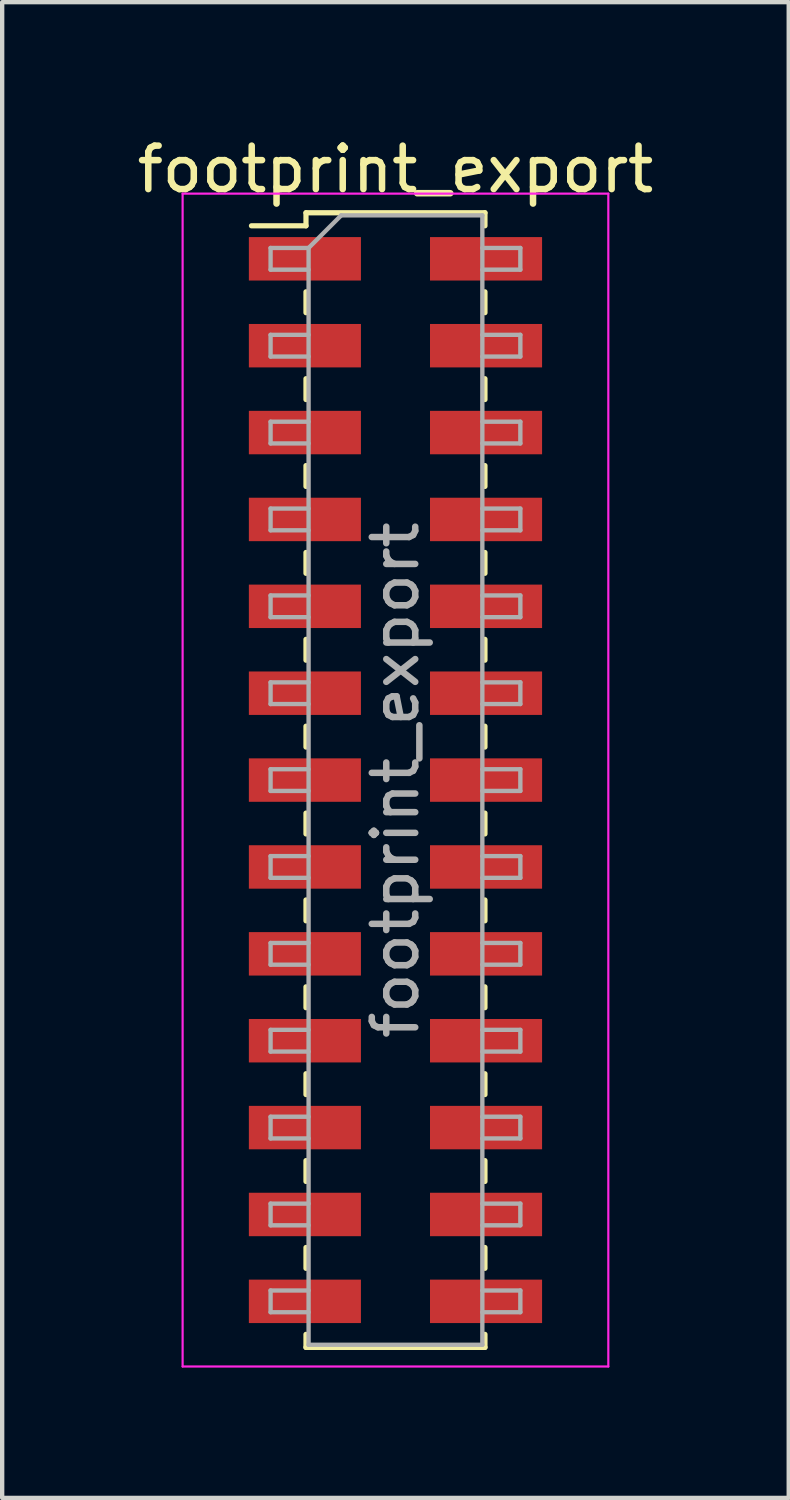
<source format=kicad_pcb>
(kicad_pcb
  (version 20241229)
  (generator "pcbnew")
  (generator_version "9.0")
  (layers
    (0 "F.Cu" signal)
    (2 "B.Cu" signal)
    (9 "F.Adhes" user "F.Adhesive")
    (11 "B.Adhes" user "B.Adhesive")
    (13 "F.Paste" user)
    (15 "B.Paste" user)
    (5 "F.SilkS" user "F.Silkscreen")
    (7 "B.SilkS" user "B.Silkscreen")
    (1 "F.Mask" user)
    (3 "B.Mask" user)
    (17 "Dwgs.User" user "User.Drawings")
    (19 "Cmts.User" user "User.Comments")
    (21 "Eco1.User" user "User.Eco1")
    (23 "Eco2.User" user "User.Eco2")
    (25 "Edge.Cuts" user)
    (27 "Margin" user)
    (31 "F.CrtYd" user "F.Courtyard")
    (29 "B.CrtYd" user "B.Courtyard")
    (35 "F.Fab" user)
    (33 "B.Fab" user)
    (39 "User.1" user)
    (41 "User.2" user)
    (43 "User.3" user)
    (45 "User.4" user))
  (footprint "footprint_export"
    (layer "F.Cu")
    (at 6.054 14.908)
    (property "Reference" "footprint_export" (at 0 -14.06 0) (layer "F.SilkS") (effects (font (size 1 1) (thickness 0.15))))
    (attr smd)
    (fp_line (start -3.315 -12.76) (end -2.06 -12.76) (stroke (width 0.12) (type solid)) (layer "F.SilkS"))
    (fp_line (start -2.06 -13.06) (end -2.06 -12.76) (stroke (width 0.12) (type solid)) (layer "F.SilkS"))
    (fp_line (start -2.06 -13.06) (end 2.06 -13.06) (stroke (width 0.12) (type solid)) (layer "F.SilkS"))
    (fp_line (start -2.06 -11.24) (end -2.06 -10.76) (stroke (width 0.12) (type solid)) (layer "F.SilkS"))
    (fp_line (start -2.06 -9.24) (end -2.06 -8.76) (stroke (width 0.12) (type solid)) (layer "F.SilkS"))
    (fp_line (start -2.06 -7.24) (end -2.06 -6.76) (stroke (width 0.12) (type solid)) (layer "F.SilkS"))
    (fp_line (start -2.06 -5.24) (end -2.06 -4.76) (stroke (width 0.12) (type solid)) (layer "F.SilkS"))
    (fp_line (start -2.06 -3.24) (end -2.06 -2.76) (stroke (width 0.12) (type solid)) (layer "F.SilkS"))
    (fp_line (start -2.06 -1.24) (end -2.06 -0.76) (stroke (width 0.12) (type solid)) (layer "F.SilkS"))
    (fp_line (start -2.06 0.76) (end -2.06 1.24) (stroke (width 0.12) (type solid)) (layer "F.SilkS"))
    (fp_line (start -2.06 2.76) (end -2.06 3.24) (stroke (width 0.12) (type solid)) (layer "F.SilkS"))
    (fp_line (start -2.06 4.76) (end -2.06 5.24) (stroke (width 0.12) (type solid)) (layer "F.SilkS"))
    (fp_line (start -2.06 6.76) (end -2.06 7.24) (stroke (width 0.12) (type solid)) (layer "F.SilkS"))
    (fp_line (start -2.06 8.76) (end -2.06 9.24) (stroke (width 0.12) (type solid)) (layer "F.SilkS"))
    (fp_line (start -2.06 10.76) (end -2.06 11.24) (stroke (width 0.12) (type solid)) (layer "F.SilkS"))
    (fp_line (start -2.06 12.76) (end -2.06 13.06) (stroke (width 0.12) (type solid)) (layer "F.SilkS"))
    (fp_line (start -2.06 13.06) (end 2.06 13.06) (stroke (width 0.12) (type solid)) (layer "F.SilkS"))
    (fp_line (start 2.06 -13.06) (end 2.06 -12.76) (stroke (width 0.12) (type solid)) (layer "F.SilkS"))
    (fp_line (start 2.06 -11.24) (end 2.06 -10.76) (stroke (width 0.12) (type solid)) (layer "F.SilkS"))
    (fp_line (start 2.06 -9.24) (end 2.06 -8.76) (stroke (width 0.12) (type solid)) (layer "F.SilkS"))
    (fp_line (start 2.06 -7.24) (end 2.06 -6.76) (stroke (width 0.12) (type solid)) (layer "F.SilkS"))
    (fp_line (start 2.06 -5.24) (end 2.06 -4.76) (stroke (width 0.12) (type solid)) (layer "F.SilkS"))
    (fp_line (start 2.06 -3.24) (end 2.06 -2.76) (stroke (width 0.12) (type solid)) (layer "F.SilkS"))
    (fp_line (start 2.06 -1.24) (end 2.06 -0.76) (stroke (width 0.12) (type solid)) (layer "F.SilkS"))
    (fp_line (start 2.06 0.76) (end 2.06 1.24) (stroke (width 0.12) (type solid)) (layer "F.SilkS"))
    (fp_line (start 2.06 2.76) (end 2.06 3.24) (stroke (width 0.12) (type solid)) (layer "F.SilkS"))
    (fp_line (start 2.06 4.76) (end 2.06 5.24) (stroke (width 0.12) (type solid)) (layer "F.SilkS"))
    (fp_line (start 2.06 6.76) (end 2.06 7.24) (stroke (width 0.12) (type solid)) (layer "F.SilkS"))
    (fp_line (start 2.06 8.76) (end 2.06 9.24) (stroke (width 0.12) (type solid)) (layer "F.SilkS"))
    (fp_line (start 2.06 10.76) (end 2.06 11.24) (stroke (width 0.12) (type solid)) (layer "F.SilkS"))
    (fp_line (start 2.06 12.76) (end 2.06 13.06) (stroke (width 0.12) (type solid)) (layer "F.SilkS"))
    (fp_line (start -4.9 -13.5) (end -4.9 13.5) (stroke (width 0.05) (type solid)) (layer "F.CrtYd"))
    (fp_line (start -4.9 13.5) (end 4.9 13.5) (stroke (width 0.05) (type solid)) (layer "F.CrtYd"))
    (fp_line (start 4.9 -13.5) (end -4.9 -13.5) (stroke (width 0.05) (type solid)) (layer "F.CrtYd"))
    (fp_line (start 4.9 13.5) (end 4.9 -13.5) (stroke (width 0.05) (type solid)) (layer "F.CrtYd"))
    (fp_line (start -2.875 -12.25) (end -2.875 -11.75) (stroke (width 0.1) (type solid)) (layer "F.Fab"))
    (fp_line (start -2.875 -11.75) (end -2 -11.75) (stroke (width 0.1) (type solid)) (layer "F.Fab"))
    (fp_line (start -2.875 -10.25) (end -2.875 -9.75) (stroke (width 0.1) (type solid)) (layer "F.Fab"))
    (fp_line (start -2.875 -9.75) (end -2 -9.75) (stroke (width 0.1) (type solid)) (layer "F.Fab"))
    (fp_line (start -2.875 -8.25) (end -2.875 -7.75) (stroke (width 0.1) (type solid)) (layer "F.Fab"))
    (fp_line (start -2.875 -7.75) (end -2 -7.75) (stroke (width 0.1) (type solid)) (layer "F.Fab"))
    (fp_line (start -2.875 -6.25) (end -2.875 -5.75) (stroke (width 0.1) (type solid)) (layer "F.Fab"))
    (fp_line (start -2.875 -5.75) (end -2 -5.75) (stroke (width 0.1) (type solid)) (layer "F.Fab"))
    (fp_line (start -2.875 -4.25) (end -2.875 -3.75) (stroke (width 0.1) (type solid)) (layer "F.Fab"))
    (fp_line (start -2.875 -3.75) (end -2 -3.75) (stroke (width 0.1) (type solid)) (layer "F.Fab"))
    (fp_line (start -2.875 -2.25) (end -2.875 -1.75) (stroke (width 0.1) (type solid)) (layer "F.Fab"))
    (fp_line (start -2.875 -1.75) (end -2 -1.75) (stroke (width 0.1) (type solid)) (layer "F.Fab"))
    (fp_line (start -2.875 -0.25) (end -2.875 0.25) (stroke (width 0.1) (type solid)) (layer "F.Fab"))
    (fp_line (start -2.875 0.25) (end -2 0.25) (stroke (width 0.1) (type solid)) (layer "F.Fab"))
    (fp_line (start -2.875 1.75) (end -2.875 2.25) (stroke (width 0.1) (type solid)) (layer "F.Fab"))
    (fp_line (start -2.875 2.25) (end -2 2.25) (stroke (width 0.1) (type solid)) (layer "F.Fab"))
    (fp_line (start -2.875 3.75) (end -2.875 4.25) (stroke (width 0.1) (type solid)) (layer "F.Fab"))
    (fp_line (start -2.875 4.25) (end -2 4.25) (stroke (width 0.1) (type solid)) (layer "F.Fab"))
    (fp_line (start -2.875 5.75) (end -2.875 6.25) (stroke (width 0.1) (type solid)) (layer "F.Fab"))
    (fp_line (start -2.875 6.25) (end -2 6.25) (stroke (width 0.1) (type solid)) (layer "F.Fab"))
    (fp_line (start -2.875 7.75) (end -2.875 8.25) (stroke (width 0.1) (type solid)) (layer "F.Fab"))
    (fp_line (start -2.875 8.25) (end -2 8.25) (stroke (width 0.1) (type solid)) (layer "F.Fab"))
    (fp_line (start -2.875 9.75) (end -2.875 10.25) (stroke (width 0.1) (type solid)) (layer "F.Fab"))
    (fp_line (start -2.875 10.25) (end -2 10.25) (stroke (width 0.1) (type solid)) (layer "F.Fab"))
    (fp_line (start -2.875 11.75) (end -2.875 12.25) (stroke (width 0.1) (type solid)) (layer "F.Fab"))
    (fp_line (start -2.875 12.25) (end -2 12.25) (stroke (width 0.1) (type solid)) (layer "F.Fab"))
    (fp_line (start -2 -12.25) (end -2.875 -12.25) (stroke (width 0.1) (type solid)) (layer "F.Fab"))
    (fp_line (start -2 -12.25) (end -1.25 -13) (stroke (width 0.1) (type solid)) (layer "F.Fab"))
    (fp_line (start -2 -10.25) (end -2.875 -10.25) (stroke (width 0.1) (type solid)) (layer "F.Fab"))
    (fp_line (start -2 -8.25) (end -2.875 -8.25) (stroke (width 0.1) (type solid)) (layer "F.Fab"))
    (fp_line (start -2 -6.25) (end -2.875 -6.25) (stroke (width 0.1) (type solid)) (layer "F.Fab"))
    (fp_line (start -2 -4.25) (end -2.875 -4.25) (stroke (width 0.1) (type solid)) (layer "F.Fab"))
    (fp_line (start -2 -2.25) (end -2.875 -2.25) (stroke (width 0.1) (type solid)) (layer "F.Fab"))
    (fp_line (start -2 -0.25) (end -2.875 -0.25) (stroke (width 0.1) (type solid)) (layer "F.Fab"))
    (fp_line (start -2 1.75) (end -2.875 1.75) (stroke (width 0.1) (type solid)) (layer "F.Fab"))
    (fp_line (start -2 3.75) (end -2.875 3.75) (stroke (width 0.1) (type solid)) (layer "F.Fab"))
    (fp_line (start -2 5.75) (end -2.875 5.75) (stroke (width 0.1) (type solid)) (layer "F.Fab"))
    (fp_line (start -2 7.75) (end -2.875 7.75) (stroke (width 0.1) (type solid)) (layer "F.Fab"))
    (fp_line (start -2 9.75) (end -2.875 9.75) (stroke (width 0.1) (type solid)) (layer "F.Fab"))
    (fp_line (start -2 11.75) (end -2.875 11.75) (stroke (width 0.1) (type solid)) (layer "F.Fab"))
    (fp_line (start -2 13) (end -2 -12.25) (stroke (width 0.1) (type solid)) (layer "F.Fab"))
    (fp_line (start -1.25 -13) (end 2 -13) (stroke (width 0.1) (type solid)) (layer "F.Fab"))
    (fp_line (start 2 -13) (end 2 13) (stroke (width 0.1) (type solid)) (layer "F.Fab"))
    (fp_line (start 2 -12.25) (end 2.875 -12.25) (stroke (width 0.1) (type solid)) (layer "F.Fab"))
    (fp_line (start 2 -10.25) (end 2.875 -10.25) (stroke (width 0.1) (type solid)) (layer "F.Fab"))
    (fp_line (start 2 -8.25) (end 2.875 -8.25) (stroke (width 0.1) (type solid)) (layer "F.Fab"))
    (fp_line (start 2 -6.25) (end 2.875 -6.25) (stroke (width 0.1) (type solid)) (layer "F.Fab"))
    (fp_line (start 2 -4.25) (end 2.875 -4.25) (stroke (width 0.1) (type solid)) (layer "F.Fab"))
    (fp_line (start 2 -2.25) (end 2.875 -2.25) (stroke (width 0.1) (type solid)) (layer "F.Fab"))
    (fp_line (start 2 -0.25) (end 2.875 -0.25) (stroke (width 0.1) (type solid)) (layer "F.Fab"))
    (fp_line (start 2 1.75) (end 2.875 1.75) (stroke (width 0.1) (type solid)) (layer "F.Fab"))
    (fp_line (start 2 3.75) (end 2.875 3.75) (stroke (width 0.1) (type solid)) (layer "F.Fab"))
    (fp_line (start 2 5.75) (end 2.875 5.75) (stroke (width 0.1) (type solid)) (layer "F.Fab"))
    (fp_line (start 2 7.75) (end 2.875 7.75) (stroke (width 0.1) (type solid)) (layer "F.Fab"))
    (fp_line (start 2 9.75) (end 2.875 9.75) (stroke (width 0.1) (type solid)) (layer "F.Fab"))
    (fp_line (start 2 11.75) (end 2.875 11.75) (stroke (width 0.1) (type solid)) (layer "F.Fab"))
    (fp_line (start 2 13) (end -2 13) (stroke (width 0.1) (type solid)) (layer "F.Fab"))
    (fp_line (start 2.875 -12.25) (end 2.875 -11.75) (stroke (width 0.1) (type solid)) (layer "F.Fab"))
    (fp_line (start 2.875 -11.75) (end 2 -11.75) (stroke (width 0.1) (type solid)) (layer "F.Fab"))
    (fp_line (start 2.875 -10.25) (end 2.875 -9.75) (stroke (width 0.1) (type solid)) (layer "F.Fab"))
    (fp_line (start 2.875 -9.75) (end 2 -9.75) (stroke (width 0.1) (type solid)) (layer "F.Fab"))
    (fp_line (start 2.875 -8.25) (end 2.875 -7.75) (stroke (width 0.1) (type solid)) (layer "F.Fab"))
    (fp_line (start 2.875 -7.75) (end 2 -7.75) (stroke (width 0.1) (type solid)) (layer "F.Fab"))
    (fp_line (start 2.875 -6.25) (end 2.875 -5.75) (stroke (width 0.1) (type solid)) (layer "F.Fab"))
    (fp_line (start 2.875 -5.75) (end 2 -5.75) (stroke (width 0.1) (type solid)) (layer "F.Fab"))
    (fp_line (start 2.875 -4.25) (end 2.875 -3.75) (stroke (width 0.1) (type solid)) (layer "F.Fab"))
    (fp_line (start 2.875 -3.75) (end 2 -3.75) (stroke (width 0.1) (type solid)) (layer "F.Fab"))
    (fp_line (start 2.875 -2.25) (end 2.875 -1.75) (stroke (width 0.1) (type solid)) (layer "F.Fab"))
    (fp_line (start 2.875 -1.75) (end 2 -1.75) (stroke (width 0.1) (type solid)) (layer "F.Fab"))
    (fp_line (start 2.875 -0.25) (end 2.875 0.25) (stroke (width 0.1) (type solid)) (layer "F.Fab"))
    (fp_line (start 2.875 0.25) (end 2 0.25) (stroke (width 0.1) (type solid)) (layer "F.Fab"))
    (fp_line (start 2.875 1.75) (end 2.875 2.25) (stroke (width 0.1) (type solid)) (layer "F.Fab"))
    (fp_line (start 2.875 2.25) (end 2 2.25) (stroke (width 0.1) (type solid)) (layer "F.Fab"))
    (fp_line (start 2.875 3.75) (end 2.875 4.25) (stroke (width 0.1) (type solid)) (layer "F.Fab"))
    (fp_line (start 2.875 4.25) (end 2 4.25) (stroke (width 0.1) (type solid)) (layer "F.Fab"))
    (fp_line (start 2.875 5.75) (end 2.875 6.25) (stroke (width 0.1) (type solid)) (layer "F.Fab"))
    (fp_line (start 2.875 6.25) (end 2 6.25) (stroke (width 0.1) (type solid)) (layer "F.Fab"))
    (fp_line (start 2.875 7.75) (end 2.875 8.25) (stroke (width 0.1) (type solid)) (layer "F.Fab"))
    (fp_line (start 2.875 8.25) (end 2 8.25) (stroke (width 0.1) (type solid)) (layer "F.Fab"))
    (fp_line (start 2.875 9.75) (end 2.875 10.25) (stroke (width 0.1) (type solid)) (layer "F.Fab"))
    (fp_line (start 2.875 10.25) (end 2 10.25) (stroke (width 0.1) (type solid)) (layer "F.Fab"))
    (fp_line (start 2.875 11.75) (end 2.875 12.25) (stroke (width 0.1) (type solid)) (layer "F.Fab"))
    (fp_line (start 2.875 12.25) (end 2 12.25) (stroke (width 0.1) (type solid)) (layer "F.Fab"))
    (fp_text user "${REFERENCE}" (at 0 0 90) (layer "F.Fab") (effects (font (size 1 1) (thickness 0.15))))
    (pad "1" smd rect (at -2.085 -12) (size 2.58 1) (layers "F.Cu" "F.Mask" "F.Paste"))
    (pad "2" smd rect (at 2.085 -12) (size 2.58 1) (layers "F.Cu" "F.Mask" "F.Paste"))
    (pad "3" smd rect (at -2.085 -10) (size 2.58 1) (layers "F.Cu" "F.Mask" "F.Paste"))
    (pad "4" smd rect (at 2.085 -10) (size 2.58 1) (layers "F.Cu" "F.Mask" "F.Paste"))
    (pad "5" smd rect (at -2.085 -8) (size 2.58 1) (layers "F.Cu" "F.Mask" "F.Paste"))
    (pad "6" smd rect (at 2.085 -8) (size 2.58 1) (layers "F.Cu" "F.Mask" "F.Paste"))
    (pad "7" smd rect (at -2.085 -6) (size 2.58 1) (layers "F.Cu" "F.Mask" "F.Paste"))
    (pad "8" smd rect (at 2.085 -6) (size 2.58 1) (layers "F.Cu" "F.Mask" "F.Paste"))
    (pad "9" smd rect (at -2.085 -4) (size 2.58 1) (layers "F.Cu" "F.Mask" "F.Paste"))
    (pad "10" smd rect (at 2.085 -4) (size 2.58 1) (layers "F.Cu" "F.Mask" "F.Paste"))
    (pad "11" smd rect (at -2.085 -2) (size 2.58 1) (layers "F.Cu" "F.Mask" "F.Paste"))
    (pad "12" smd rect (at 2.085 -2) (size 2.58 1) (layers "F.Cu" "F.Mask" "F.Paste"))
    (pad "13" smd rect (at -2.085 0) (size 2.58 1) (layers "F.Cu" "F.Mask" "F.Paste"))
    (pad "14" smd rect (at 2.085 0) (size 2.58 1) (layers "F.Cu" "F.Mask" "F.Paste"))
    (pad "15" smd rect (at -2.085 2) (size 2.58 1) (layers "F.Cu" "F.Mask" "F.Paste"))
    (pad "16" smd rect (at 2.085 2) (size 2.58 1) (layers "F.Cu" "F.Mask" "F.Paste"))
    (pad "17" smd rect (at -2.085 4) (size 2.58 1) (layers "F.Cu" "F.Mask" "F.Paste"))
    (pad "18" smd rect (at 2.085 4) (size 2.58 1) (layers "F.Cu" "F.Mask" "F.Paste"))
    (pad "19" smd rect (at -2.085 6) (size 2.58 1) (layers "F.Cu" "F.Mask" "F.Paste"))
    (pad "20" smd rect (at 2.085 6) (size 2.58 1) (layers "F.Cu" "F.Mask" "F.Paste"))
    (pad "21" smd rect (at -2.085 8) (size 2.58 1) (layers "F.Cu" "F.Mask" "F.Paste"))
    (pad "22" smd rect (at 2.085 8) (size 2.58 1) (layers "F.Cu" "F.Mask" "F.Paste"))
    (pad "23" smd rect (at -2.085 10) (size 2.58 1) (layers "F.Cu" "F.Mask" "F.Paste"))
    (pad "24" smd rect (at 2.085 10) (size 2.58 1) (layers "F.Cu" "F.Mask" "F.Paste"))
    (pad "25" smd rect (at -2.085 12) (size 2.58 1) (layers "F.Cu" "F.Mask" "F.Paste"))
    (pad "26" smd rect (at 2.085 12) (size 2.58 1) (layers "F.Cu" "F.Mask" "F.Paste")))
  (gr_rect
    (start -3 -3)
    (end 15.107 31.433)
    (stroke (width 0.1) (type default))
    (fill no)
    (layer "Edge.Cuts")))
</source>
